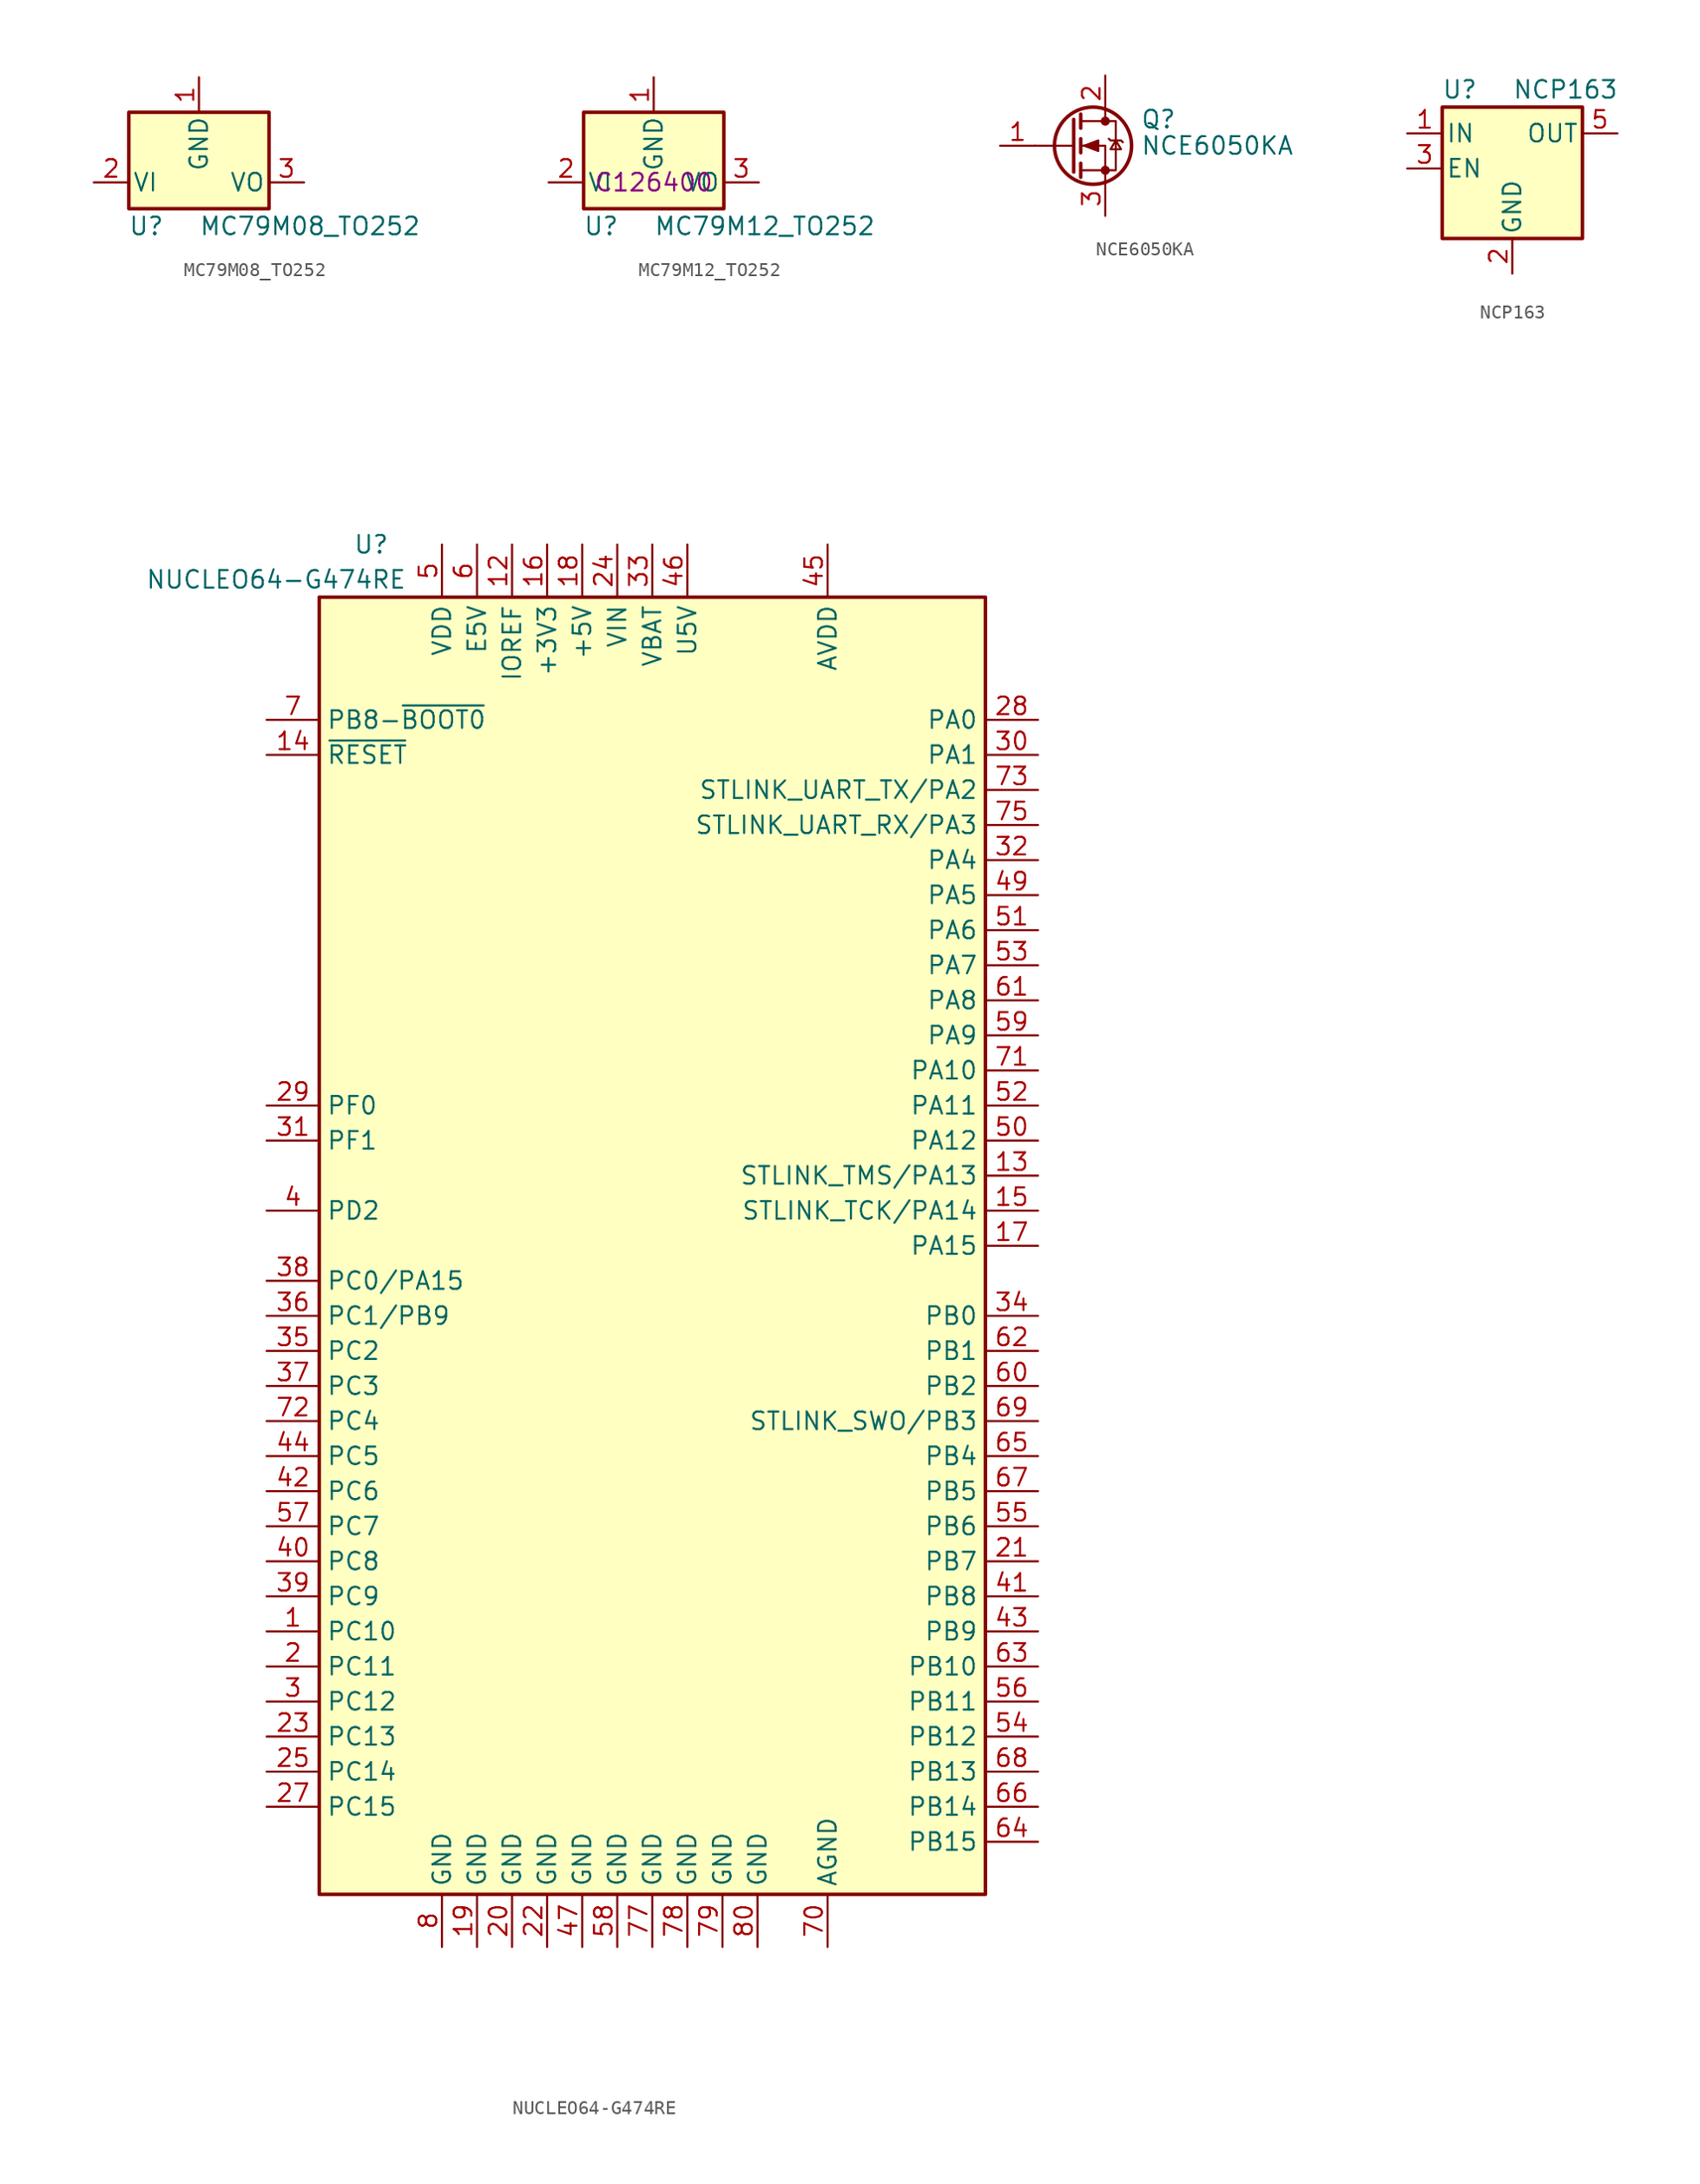
<source format=kicad_sym>
(kicad_symbol_lib
  (version 20211014)
  (generator kicad_symbol_editor)
  (symbol "MC79M08_TO252"
    (pin_names
      (offset 0.254))
    (property "Reference" "U"
      (at -3.81 -3.175 0)
      (effects (font (size 1.27 1.27))))
    (property "Value" "MC79M08_TO252"
      (at 0 -3.175 0)
      (effects (font (size 1.27 1.27)) (justify left)))
    (symbol "MC79M08_TO252_0_1"
      (rectangle (start -5.08 5.08) (end 5.08 -1.905) (stroke (width 0.254) (type default) (color 0 0 0 0)) (fill (type background))))
    (symbol "MC79M08_TO252_1_1"
      (pin power_in line (at 0 7.62 270) (length 2.54) (name "GND" (effects (font (size 1.27 1.27)))) (number "1" (effects (font (size 1.27 1.27)))))
      (pin power_in line (at -7.62 0 0) (length 2.54) (name "VI" (effects (font (size 1.27 1.27)))) (number "2" (effects (font (size 1.27 1.27)))))
      (pin power_out line (at 7.62 0 180) (length 2.54) (name "VO" (effects (font (size 1.27 1.27)))) (number "3" (effects (font (size 1.27 1.27)))))))
  (symbol "MC79M12_TO252"
    (pin_names
      (offset 0.254))
    (property "Reference" "U"
      (at -3.81 -3.175 0)
      (effects (font (size 1.27 1.27))))
    (property "Value" "MC79M12_TO252"
      (at 0 -3.175 0)
      (effects (font (size 1.27 1.27)) (justify left)))
    (property "LCSC" "C126400"
      (at 0 0 0)
      (effects (font (size 1.27 1.27))))
    (symbol "MC79M12_TO252_0_1"
      (rectangle (start -5.08 5.08) (end 5.08 -1.905) (stroke (width 0.254) (type default) (color 0 0 0 0)) (fill (type background))))
    (symbol "MC79M12_TO252_1_1"
      (pin power_in line (at 0 7.62 270) (length 2.54) (name "GND" (effects (font (size 1.27 1.27)))) (number "1" (effects (font (size 1.27 1.27)))))
      (pin power_in line (at -7.62 0 0) (length 2.54) (name "VI" (effects (font (size 1.27 1.27)))) (number "2" (effects (font (size 1.27 1.27)))))
      (pin power_out line (at 7.62 0 180) (length 2.54) (name "VO" (effects (font (size 1.27 1.27)))) (number "3" (effects (font (size 1.27 1.27)))))))
  (symbol "NCE6050KA"
    (pin_names hide)
    (property "Reference" "Q"
      (at 5.08 1.905 0)
      (effects (font (size 1.27 1.27)) (justify left)))
    (property "Value" "NCE6050KA"
      (at 5.08 0 0)
      (effects (font (size 1.27 1.27)) (justify left)))
    (symbol "NCE6050KA_0_1"
      (polyline (pts (xy 0.254 0) (xy -2.54 0)) (stroke (width 0) (type default) (color 0 0 0 0)) (fill (type none)))
      (polyline (pts (xy 0.254 1.905) (xy 0.254 -1.905)) (stroke (width 0.254) (type default) (color 0 0 0 0)) (fill (type none)))
      (polyline (pts (xy 0.762 -1.27) (xy 0.762 -2.286)) (stroke (width 0.254) (type default) (color 0 0 0 0)) (fill (type none)))
      (polyline (pts (xy 0.762 0.508) (xy 0.762 -0.508)) (stroke (width 0.254) (type default) (color 0 0 0 0)) (fill (type none)))
      (polyline (pts (xy 0.762 2.286) (xy 0.762 1.27)) (stroke (width 0.254) (type default) (color 0 0 0 0)) (fill (type none)))
      (polyline (pts (xy 2.54 2.54) (xy 2.54 1.778)) (stroke (width 0) (type default) (color 0 0 0 0)) (fill (type none)))
      (polyline (pts (xy 2.54 -2.54) (xy 2.54 0) (xy 0.762 0)) (stroke (width 0) (type default) (color 0 0 0 0)) (fill (type none)))
      (polyline (pts (xy 0.762 -1.778) (xy 3.302 -1.778) (xy 3.302 1.778) (xy 0.762 1.778)) (stroke (width 0) (type default) (color 0 0 0 0)) (fill (type none)))
      (polyline (pts (xy 1.016 0) (xy 2.032 0.381) (xy 2.032 -0.381) (xy 1.016 0)) (stroke (width 0) (type default) (color 0 0 0 0)) (fill (type outline)))
      (polyline (pts (xy 2.794 0.508) (xy 2.921 0.381) (xy 3.683 0.381) (xy 3.81 0.254)) (stroke (width 0) (type default) (color 0 0 0 0)) (fill (type none)))
      (polyline (pts (xy 3.302 0.381) (xy 2.921 -0.254) (xy 3.683 -0.254) (xy 3.302 0.381)) (stroke (width 0) (type default) (color 0 0 0 0)) (fill (type none)))
      (circle (center 1.651 0) (radius 2.794) (stroke (width 0.254) (type default) (color 0 0 0 0)) (fill (type none)))
      (circle (center 2.54 -1.778) (radius 0.254) (stroke (width 0) (type default) (color 0 0 0 0)) (fill (type outline)))
      (circle (center 2.54 1.778) (radius 0.254) (stroke (width 0) (type default) (color 0 0 0 0)) (fill (type outline))))
    (symbol "NCE6050KA_1_1"
      (pin input line (at -5.08 0 0) (length 2.54) (name "G" (effects (font (size 1.27 1.27)))) (number "1" (effects (font (size 1.27 1.27)))))
      (pin passive line (at 2.54 5.08 270) (length 2.54) (name "D" (effects (font (size 1.27 1.27)))) (number "2" (effects (font (size 1.27 1.27)))))
      (pin passive line (at 2.54 -5.08 90) (length 2.54) (name "S" (effects (font (size 1.27 1.27)))) (number "3" (effects (font (size 1.27 1.27)))))))
  (symbol "NCP163"
    (pin_names
      (offset 0.254))
    (property "Reference" "U"
      (at -3.81 5.715 0)
      (effects (font (size 1.27 1.27))))
    (property "Value" "NCP163"
      (at 0 5.715 0)
      (effects (font (size 1.27 1.27)) (justify left)))
    (symbol "NCP163_0_1"
      (rectangle (start -5.08 4.445) (end 5.08 -5.08) (stroke (width 0.254) (type default) (color 0 0 0 0)) (fill (type background))))
    (symbol "NCP163_1_1"
      (pin power_in line (at -7.62 2.54 0) (length 2.54) (name "IN" (effects (font (size 1.27 1.27)))) (number "1" (effects (font (size 1.27 1.27)))))
      (pin power_in line (at 0 -7.62 90) (length 2.54) (name "GND" (effects (font (size 1.27 1.27)))) (number "2" (effects (font (size 1.27 1.27)))))
      (pin input line (at -7.62 0 0) (length 2.54) (name "EN" (effects (font (size 1.27 1.27)))) (number "3" (effects (font (size 1.27 1.27)))))
      (pin no_connect line (at 5.08 0 180) (length 2.54) hide (name "NC" (effects (font (size 1.27 1.27)))) (number "4" (effects (font (size 1.27 1.27)))))
      (pin power_out line (at 7.62 2.54 180) (length 2.54) (name "OUT" (effects (font (size 1.27 1.27)))) (number "5" (effects (font (size 1.27 1.27)))))))
  (symbol "NUCLEO64-G474RE"
    (property "Reference" "U"
      (at -19.05 50.8 0)
      (effects (font (size 1.27 1.27)) (justify right)))
    (property "Value" "NUCLEO64-G474RE"
      (at -17.78 48.26 0)
      (effects (font (size 1.27 1.27)) (justify right)))
    (symbol "NUCLEO64-G474RE_0_1"
      (rectangle (start -24.13 -46.99) (end 24.13 46.99) (stroke (width 0.254) (type default) (color 0 0 0 0)) (fill (type background))))
    (symbol "NUCLEO64-G474RE_1_1"
      (pin bidirectional line (at -27.94 -27.94 0) (length 3.81) (name "PC10" (effects (font (size 1.27 1.27)))) (number "1" (effects (font (size 1.27 1.27)))))
      (pin no_connect line (at -27.94 20.32 0) (length 3.81) hide (name "NC" (effects (font (size 1.27 1.27)))) (number "10" (effects (font (size 1.27 1.27)))))
      (pin no_connect line (at -27.94 15.24 0) (length 3.81) hide (name "NC" (effects (font (size 1.27 1.27)))) (number "11" (effects (font (size 1.27 1.27)))))
      (pin power_in line (at -10.16 50.8 270) (length 3.81) (name "IOREF" (effects (font (size 1.27 1.27)))) (number "12" (effects (font (size 1.27 1.27)))))
      (pin bidirectional line (at 27.94 5.08 180) (length 3.81) (name "STLINK_TMS/PA13" (effects (font (size 1.27 1.27)))) (number "13" (effects (font (size 1.27 1.27)))))
      (pin input line (at -27.94 35.56 0) (length 3.81) (name "~{RESET}" (effects (font (size 1.27 1.27)))) (number "14" (effects (font (size 1.27 1.27)))))
      (pin bidirectional line (at 27.94 2.54 180) (length 3.81) (name "STLINK_TCK/PA14" (effects (font (size 1.27 1.27)))) (number "15" (effects (font (size 1.27 1.27)))))
      (pin power_in line (at -7.62 50.8 270) (length 3.81) (name "+3V3" (effects (font (size 1.27 1.27)))) (number "16" (effects (font (size 1.27 1.27)))))
      (pin bidirectional line (at 27.94 0 180) (length 3.81) (name "PA15" (effects (font (size 1.27 1.27)))) (number "17" (effects (font (size 1.27 1.27)))))
      (pin power_in line (at -5.08 50.8 270) (length 3.81) (name "+5V" (effects (font (size 1.27 1.27)))) (number "18" (effects (font (size 1.27 1.27)))))
      (pin power_in line (at -12.7 -50.8 90) (length 3.81) (name "GND" (effects (font (size 1.27 1.27)))) (number "19" (effects (font (size 1.27 1.27)))))
      (pin bidirectional line (at -27.94 -30.48 0) (length 3.81) (name "PC11" (effects (font (size 1.27 1.27)))) (number "2" (effects (font (size 1.27 1.27)))))
      (pin power_in line (at -10.16 -50.8 90) (length 3.81) (name "GND" (effects (font (size 1.27 1.27)))) (number "20" (effects (font (size 1.27 1.27)))))
      (pin bidirectional line (at 27.94 -22.86 180) (length 3.81) (name "PB7" (effects (font (size 1.27 1.27)))) (number "21" (effects (font (size 1.27 1.27)))))
      (pin power_in line (at -7.62 -50.8 90) (length 3.81) (name "GND" (effects (font (size 1.27 1.27)))) (number "22" (effects (font (size 1.27 1.27)))))
      (pin bidirectional line (at -27.94 -35.56 0) (length 3.81) (name "PC13" (effects (font (size 1.27 1.27)))) (number "23" (effects (font (size 1.27 1.27)))))
      (pin power_in line (at -2.54 50.8 270) (length 3.81) (name "VIN" (effects (font (size 1.27 1.27)))) (number "24" (effects (font (size 1.27 1.27)))))
      (pin bidirectional line (at -27.94 -38.1 0) (length 3.81) (name "PC14" (effects (font (size 1.27 1.27)))) (number "25" (effects (font (size 1.27 1.27)))))
      (pin no_connect line (at -27.94 22.86 0) (length 3.81) hide (name "NC" (effects (font (size 1.27 1.27)))) (number "26" (effects (font (size 1.27 1.27)))))
      (pin bidirectional line (at -27.94 -40.64 0) (length 3.81) (name "PC15" (effects (font (size 1.27 1.27)))) (number "27" (effects (font (size 1.27 1.27)))))
      (pin bidirectional line (at 27.94 38.1 180) (length 3.81) (name "PA0" (effects (font (size 1.27 1.27)))) (number "28" (effects (font (size 1.27 1.27)))))
      (pin bidirectional line (at -27.94 10.16 0) (length 3.81) (name "PF0" (effects (font (size 1.27 1.27)))) (number "29" (effects (font (size 1.27 1.27)))))
      (pin bidirectional line (at -27.94 -33.02 0) (length 3.81) (name "PC12" (effects (font (size 1.27 1.27)))) (number "3" (effects (font (size 1.27 1.27)))))
      (pin bidirectional line (at 27.94 35.56 180) (length 3.81) (name "PA1" (effects (font (size 1.27 1.27)))) (number "30" (effects (font (size 1.27 1.27)))))
      (pin bidirectional line (at -27.94 7.62 0) (length 3.81) (name "PF1" (effects (font (size 1.27 1.27)))) (number "31" (effects (font (size 1.27 1.27)))))
      (pin bidirectional line (at 27.94 27.94 180) (length 3.81) (name "PA4" (effects (font (size 1.27 1.27)))) (number "32" (effects (font (size 1.27 1.27)))))
      (pin power_in line (at 0 50.8 270) (length 3.81) (name "VBAT" (effects (font (size 1.27 1.27)))) (number "33" (effects (font (size 1.27 1.27)))))
      (pin bidirectional line (at 27.94 -5.08 180) (length 3.81) (name "PB0" (effects (font (size 1.27 1.27)))) (number "34" (effects (font (size 1.27 1.27)))))
      (pin bidirectional line (at -27.94 -7.62 0) (length 3.81) (name "PC2" (effects (font (size 1.27 1.27)))) (number "35" (effects (font (size 1.27 1.27)))))
      (pin bidirectional line (at -27.94 -5.08 0) (length 3.81) (name "PC1/PB9" (effects (font (size 1.27 1.27)))) (number "36" (effects (font (size 1.27 1.27)))))
      (pin bidirectional line (at -27.94 -10.16 0) (length 3.81) (name "PC3" (effects (font (size 1.27 1.27)))) (number "37" (effects (font (size 1.27 1.27)))))
      (pin bidirectional line (at -27.94 -2.54 0) (length 3.81) (name "PC0/PA15" (effects (font (size 1.27 1.27)))) (number "38" (effects (font (size 1.27 1.27)))))
      (pin bidirectional line (at -27.94 -25.4 0) (length 3.81) (name "PC9" (effects (font (size 1.27 1.27)))) (number "39" (effects (font (size 1.27 1.27)))))
      (pin bidirectional line (at -27.94 2.54 0) (length 3.81) (name "PD2" (effects (font (size 1.27 1.27)))) (number "4" (effects (font (size 1.27 1.27)))))
      (pin bidirectional line (at -27.94 -22.86 0) (length 3.81) (name "PC8" (effects (font (size 1.27 1.27)))) (number "40" (effects (font (size 1.27 1.27)))))
      (pin bidirectional line (at 27.94 -25.4 180) (length 3.81) (name "PB8" (effects (font (size 1.27 1.27)))) (number "41" (effects (font (size 1.27 1.27)))))
      (pin bidirectional line (at -27.94 -17.78 0) (length 3.81) (name "PC6" (effects (font (size 1.27 1.27)))) (number "42" (effects (font (size 1.27 1.27)))))
      (pin bidirectional line (at 27.94 -27.94 180) (length 3.81) (name "PB9" (effects (font (size 1.27 1.27)))) (number "43" (effects (font (size 1.27 1.27)))))
      (pin bidirectional line (at -27.94 -15.24 0) (length 3.81) (name "PC5" (effects (font (size 1.27 1.27)))) (number "44" (effects (font (size 1.27 1.27)))))
      (pin power_in line (at 12.7 50.8 270) (length 3.81) (name "AVDD" (effects (font (size 1.27 1.27)))) (number "45" (effects (font (size 1.27 1.27)))))
      (pin power_in line (at 2.54 50.8 270) (length 3.81) (name "U5V" (effects (font (size 1.27 1.27)))) (number "46" (effects (font (size 1.27 1.27)))))
      (pin power_in line (at -5.08 -50.8 90) (length 3.81) (name "GND" (effects (font (size 1.27 1.27)))) (number "47" (effects (font (size 1.27 1.27)))))
      (pin no_connect line (at -27.94 25.4 0) (length 3.81) hide (name "NC" (effects (font (size 1.27 1.27)))) (number "48" (effects (font (size 1.27 1.27)))))
      (pin bidirectional line (at 27.94 25.4 180) (length 3.81) (name "PA5" (effects (font (size 1.27 1.27)))) (number "49" (effects (font (size 1.27 1.27)))))
      (pin power_in line (at -15.24 50.8 270) (length 3.81) (name "VDD" (effects (font (size 1.27 1.27)))) (number "5" (effects (font (size 1.27 1.27)))))
      (pin bidirectional line (at 27.94 7.62 180) (length 3.81) (name "PA12" (effects (font (size 1.27 1.27)))) (number "50" (effects (font (size 1.27 1.27)))))
      (pin bidirectional line (at 27.94 22.86 180) (length 3.81) (name "PA6" (effects (font (size 1.27 1.27)))) (number "51" (effects (font (size 1.27 1.27)))))
      (pin bidirectional line (at 27.94 10.16 180) (length 3.81) (name "PA11" (effects (font (size 1.27 1.27)))) (number "52" (effects (font (size 1.27 1.27)))))
      (pin bidirectional line (at 27.94 20.32 180) (length 3.81) (name "PA7" (effects (font (size 1.27 1.27)))) (number "53" (effects (font (size 1.27 1.27)))))
      (pin bidirectional line (at 27.94 -35.56 180) (length 3.81) (name "PB12" (effects (font (size 1.27 1.27)))) (number "54" (effects (font (size 1.27 1.27)))))
      (pin bidirectional line (at 27.94 -20.32 180) (length 3.81) (name "PB6" (effects (font (size 1.27 1.27)))) (number "55" (effects (font (size 1.27 1.27)))))
      (pin bidirectional line (at 27.94 -33.02 180) (length 3.81) (name "PB11" (effects (font (size 1.27 1.27)))) (number "56" (effects (font (size 1.27 1.27)))))
      (pin bidirectional line (at -27.94 -20.32 0) (length 3.81) (name "PC7" (effects (font (size 1.27 1.27)))) (number "57" (effects (font (size 1.27 1.27)))))
      (pin power_in line (at -2.54 -50.8 90) (length 3.81) (name "GND" (effects (font (size 1.27 1.27)))) (number "58" (effects (font (size 1.27 1.27)))))
      (pin bidirectional line (at 27.94 15.24 180) (length 3.81) (name "PA9" (effects (font (size 1.27 1.27)))) (number "59" (effects (font (size 1.27 1.27)))))
      (pin power_in line (at -12.7 50.8 270) (length 3.81) (name "E5V" (effects (font (size 1.27 1.27)))) (number "6" (effects (font (size 1.27 1.27)))))
      (pin bidirectional line (at 27.94 -10.16 180) (length 3.81) (name "PB2" (effects (font (size 1.27 1.27)))) (number "60" (effects (font (size 1.27 1.27)))))
      (pin bidirectional line (at 27.94 17.78 180) (length 3.81) (name "PA8" (effects (font (size 1.27 1.27)))) (number "61" (effects (font (size 1.27 1.27)))))
      (pin bidirectional line (at 27.94 -7.62 180) (length 3.81) (name "PB1" (effects (font (size 1.27 1.27)))) (number "62" (effects (font (size 1.27 1.27)))))
      (pin bidirectional line (at 27.94 -30.48 180) (length 3.81) (name "PB10" (effects (font (size 1.27 1.27)))) (number "63" (effects (font (size 1.27 1.27)))))
      (pin bidirectional line (at 27.94 -43.18 180) (length 3.81) (name "PB15" (effects (font (size 1.27 1.27)))) (number "64" (effects (font (size 1.27 1.27)))))
      (pin bidirectional line (at 27.94 -15.24 180) (length 3.81) (name "PB4" (effects (font (size 1.27 1.27)))) (number "65" (effects (font (size 1.27 1.27)))))
      (pin bidirectional line (at 27.94 -40.64 180) (length 3.81) (name "PB14" (effects (font (size 1.27 1.27)))) (number "66" (effects (font (size 1.27 1.27)))))
      (pin bidirectional line (at 27.94 -17.78 180) (length 3.81) (name "PB5" (effects (font (size 1.27 1.27)))) (number "67" (effects (font (size 1.27 1.27)))))
      (pin bidirectional line (at 27.94 -38.1 180) (length 3.81) (name "PB13" (effects (font (size 1.27 1.27)))) (number "68" (effects (font (size 1.27 1.27)))))
      (pin bidirectional line (at 27.94 -12.7 180) (length 3.81) (name "STLINK_SWO/PB3" (effects (font (size 1.27 1.27)))) (number "69" (effects (font (size 1.27 1.27)))))
      (pin input line (at -27.94 38.1 0) (length 3.81) (name "PB8-~{BOOT0}" (effects (font (size 1.27 1.27)))) (number "7" (effects (font (size 1.27 1.27)))))
      (pin power_in line (at 12.7 -50.8 90) (length 3.81) (name "AGND" (effects (font (size 1.27 1.27)))) (number "70" (effects (font (size 1.27 1.27)))))
      (pin bidirectional line (at 27.94 12.7 180) (length 3.81) (name "PA10" (effects (font (size 1.27 1.27)))) (number "71" (effects (font (size 1.27 1.27)))))
      (pin bidirectional line (at -27.94 -12.7 0) (length 3.81) (name "PC4" (effects (font (size 1.27 1.27)))) (number "72" (effects (font (size 1.27 1.27)))))
      (pin bidirectional line (at 27.94 33.02 180) (length 3.81) (name "STLINK_UART_TX/PA2" (effects (font (size 1.27 1.27)))) (number "73" (effects (font (size 1.27 1.27)))))
      (pin no_connect line (at -27.94 30.48 0) (length 3.81) hide (name "NC" (effects (font (size 1.27 1.27)))) (number "74" (effects (font (size 1.27 1.27)))))
      (pin bidirectional line (at 27.94 30.48 180) (length 3.81) (name "STLINK_UART_RX/PA3" (effects (font (size 1.27 1.27)))) (number "75" (effects (font (size 1.27 1.27)))))
      (pin no_connect line (at -27.94 27.94 0) (length 3.81) hide (name "NC" (effects (font (size 1.27 1.27)))) (number "76" (effects (font (size 1.27 1.27)))))
      (pin power_in line (at 0 -50.8 90) (length 3.81) (name "GND" (effects (font (size 1.27 1.27)))) (number "77" (effects (font (size 1.27 1.27)))))
      (pin power_in line (at 2.54 -50.8 90) (length 3.81) (name "GND" (effects (font (size 1.27 1.27)))) (number "78" (effects (font (size 1.27 1.27)))))
      (pin power_in line (at 5.08 -50.8 90) (length 3.81) (name "GND" (effects (font (size 1.27 1.27)))) (number "79" (effects (font (size 1.27 1.27)))))
      (pin power_in line (at -15.24 -50.8 90) (length 3.81) (name "GND" (effects (font (size 1.27 1.27)))) (number "8" (effects (font (size 1.27 1.27)))))
      (pin power_in line (at 7.62 -50.8 90) (length 3.81) (name "GND" (effects (font (size 1.27 1.27)))) (number "80" (effects (font (size 1.27 1.27)))))
      (pin no_connect line (at -27.94 17.78 0) (length 3.81) hide (name "NC" (effects (font (size 1.27 1.27)))) (number "9" (effects (font (size 1.27 1.27))))))))
</source>
